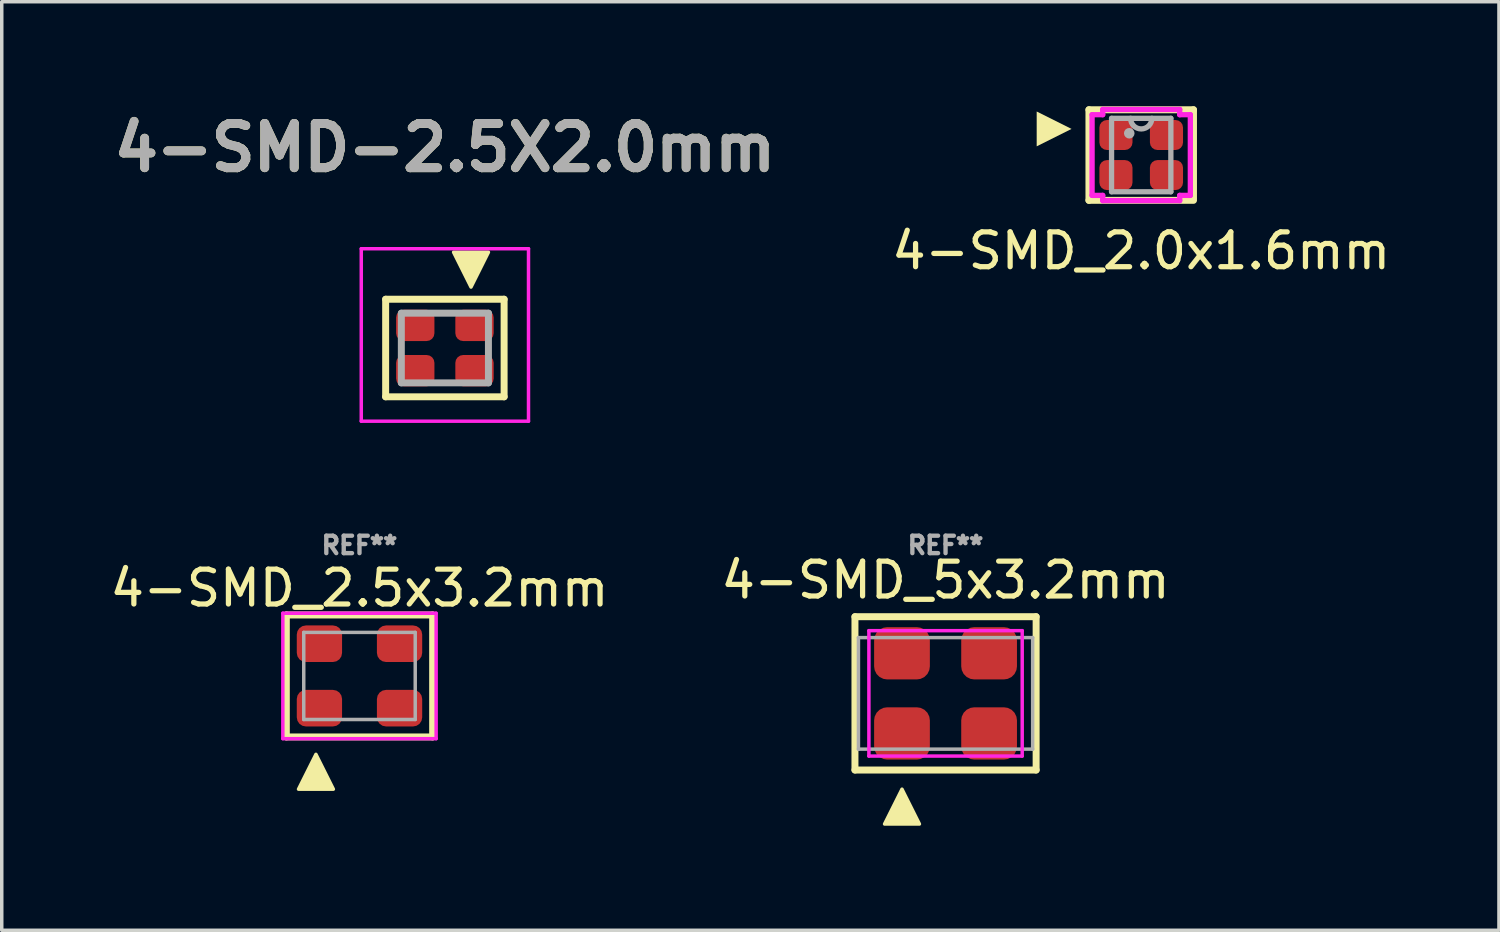
<source format=kicad_pcb>
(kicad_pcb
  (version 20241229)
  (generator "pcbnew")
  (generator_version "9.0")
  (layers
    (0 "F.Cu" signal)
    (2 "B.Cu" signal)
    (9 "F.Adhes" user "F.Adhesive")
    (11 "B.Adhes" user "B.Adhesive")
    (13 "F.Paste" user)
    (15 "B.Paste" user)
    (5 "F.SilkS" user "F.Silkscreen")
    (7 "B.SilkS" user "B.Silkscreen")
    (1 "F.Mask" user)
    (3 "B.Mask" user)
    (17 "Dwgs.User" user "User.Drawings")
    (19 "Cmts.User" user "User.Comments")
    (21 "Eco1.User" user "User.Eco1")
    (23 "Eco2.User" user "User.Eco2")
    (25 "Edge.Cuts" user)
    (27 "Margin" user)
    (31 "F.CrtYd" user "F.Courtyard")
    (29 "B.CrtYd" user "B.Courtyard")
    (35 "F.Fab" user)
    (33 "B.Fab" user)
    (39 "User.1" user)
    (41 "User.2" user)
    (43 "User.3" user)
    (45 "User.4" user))
  (footprint "4-SMD_2.5x3.2mm"
    (layer "F.Cu")
    (at 7.268 16.351)
    (property "Reference" "4-SMD_2.5x3.2mm" (at 0 -2.52 0) (layer "F.SilkS") (effects (font (size 1 1) (thickness 0.15))))
    (attr smd)
    (fp_line (start -2.1 -1.75) (end 2.1 -1.75) (stroke (width 0.2) (type solid)) (layer "F.SilkS"))
    (fp_line (start -2.1 1.75) (end -2.1 -1.75) (stroke (width 0.2) (type solid)) (layer "F.SilkS"))
    (fp_line (start 2.1 -1.75) (end 2.1 1.75) (stroke (width 0.2) (type solid)) (layer "F.SilkS"))
    (fp_line (start 2.1 1.75) (end -2.1 1.75) (stroke (width 0.2) (type solid)) (layer "F.SilkS"))
    (fp_poly (pts (xy -0.75 3.25) (xy -1.75 3.25) (xy -1.25 2.25)) (stroke (width 0.1) (type solid)) (fill yes) (layer "F.SilkS"))
    (fp_line (start -2.2 -1.8) (end 2.2 -1.8) (stroke (width 0.1) (type solid)) (layer "F.CrtYd"))
    (fp_line (start -2.2 1.8) (end -2.2 -1.8) (stroke (width 0.1) (type solid)) (layer "F.CrtYd"))
    (fp_line (start 2.2 -1.8) (end 2.2 1.8) (stroke (width 0.1) (type solid)) (layer "F.CrtYd"))
    (fp_line (start 2.2 1.8) (end -2.2 1.8) (stroke (width 0.1) (type solid)) (layer "F.CrtYd"))
    (fp_line (start -1.6 -1.25) (end -1.6 1.25) (stroke (width 0.1) (type solid)) (layer "F.Fab"))
    (fp_line (start -1.6 1.25) (end 1.6 1.25) (stroke (width 0.1) (type solid)) (layer "F.Fab"))
    (fp_line (start 1.6 -1.25) (end -1.6 -1.25) (stroke (width 0.1) (type solid)) (layer "F.Fab"))
    (fp_line (start 1.6 1.25) (end 1.6 -1.25) (stroke (width 0.1) (type solid)) (layer "F.Fab"))
    (fp_text user "REF**" (at 0 -3.75 0) (layer "F.Fab") (effects (font (size 0.5 0.5) (thickness 0.125))))
    (pad "1" smd roundrect (at -1.15 0.925) (size 1.3 1.05) (layers "F.Cu" "F.Mask" "F.Paste") (roundrect_rratio 0.25))
    (pad "2" smd roundrect (at 1.15 0.925) (size 1.3 1.05) (layers "F.Cu" "F.Mask" "F.Paste") (roundrect_rratio 0.25))
    (pad "3" smd roundrect (at 1.15 -0.925) (size 1.3 1.05) (layers "F.Cu" "F.Mask" "F.Paste") (roundrect_rratio 0.25))
    (pad "4" smd roundrect (at -1.15 -0.925) (size 1.3 1.05) (layers "F.Cu" "F.Mask" "F.Paste") (roundrect_rratio 0.25)))
  (footprint "4-SMD-2.5X2.0mm"
    (layer "F.Cu")
    (at 9.719 6.939)
    (property "Reference" "4-SMD-2.5X2.0mm" (at 0 -5.75 0) (layer "F.SilkS") (effects (font (size 1.27 1.27) (thickness 0.254))))
    (attr smd)
    (fp_line (start -1.7 -1.4) (end 1.7 -1.4) (stroke (width 0.2) (type solid)) (layer "F.SilkS"))
    (fp_line (start -1.7 1.4) (end -1.7 -1.4) (stroke (width 0.2) (type solid)) (layer "F.SilkS"))
    (fp_line (start -1.7 1.4) (end 1.7 1.4) (stroke (width 0.2) (type solid)) (layer "F.SilkS"))
    (fp_line (start 1.7 1.4) (end 1.7 -1.4) (stroke (width 0.2) (type solid)) (layer "F.SilkS"))
    (fp_poly (pts (xy 0.75 -1.75) (xy 0.25 -2.75) (xy 1.25 -2.75)) (stroke (width 0.1) (type solid)) (fill yes) (layer "F.SilkS"))
    (fp_line (start -2.4 -2.85) (end -2.4 2.1) (stroke (width 0.1) (type solid)) (layer "F.CrtYd"))
    (fp_line (start -2.4 2.1) (end 2.4 2.1) (stroke (width 0.1) (type solid)) (layer "F.CrtYd"))
    (fp_line (start 2.4 -2.85) (end -2.4 -2.85) (stroke (width 0.1) (type solid)) (layer "F.CrtYd"))
    (fp_line (start 2.4 2.1) (end 2.4 -2.85) (stroke (width 0.1) (type solid)) (layer "F.CrtYd"))
    (fp_line (start -1.25 -1) (end 1.25 -1) (stroke (width 0.2) (type solid)) (layer "F.Fab"))
    (fp_line (start -1.25 1) (end -1.25 -1) (stroke (width 0.2) (type solid)) (layer "F.Fab"))
    (fp_line (start 1.25 -1) (end 1.25 1) (stroke (width 0.2) (type solid)) (layer "F.Fab"))
    (fp_line (start 1.25 1) (end -1.25 1) (stroke (width 0.2) (type solid)) (layer "F.Fab"))
    (fp_text user "${REFERENCE}" (at 0 -5.75 0) (layer "F.Fab") (effects (font (size 1.27 1.27) (thickness 0.254))))
    (pad "1" smd roundrect (at 0.85 -0.65 90) (size 0.9 1.1) (layers "F.Cu" "F.Mask" "F.Paste") (roundrect_rratio 0.25))
    (pad "2" smd roundrect (at -0.85 -0.65 90) (size 0.9 1.1) (layers "F.Cu" "F.Mask" "F.Paste") (roundrect_rratio 0.25))
    (pad "3" smd roundrect (at -0.85 0.65 90) (size 0.9 1.1) (layers "F.Cu" "F.Mask" "F.Paste") (roundrect_rratio 0.25))
    (pad "4" smd roundrect (at 0.85 0.65 90) (size 0.9 1.1) (layers "F.Cu" "F.Mask" "F.Paste") (roundrect_rratio 0.25)))
  (footprint "4-SMD_5x3.2mm"
    (layer "F.Cu")
    (at 24.089 16.851)
    (property "Reference" "4-SMD_5x3.2mm" (at 0 -3.25 0) (layer "F.SilkS") (effects (font (size 1 1) (thickness 0.15))))
    (attr smd)
    (fp_line (start -2.6 -2.2) (end 2.6 -2.2) (stroke (width 0.2) (type solid)) (layer "F.SilkS"))
    (fp_line (start -2.6 2.2) (end -2.6 -2.2) (stroke (width 0.2) (type solid)) (layer "F.SilkS"))
    (fp_line (start 2.6 -2.2) (end 2.6 2.2) (stroke (width 0.2) (type solid)) (layer "F.SilkS"))
    (fp_line (start 2.6 2.2) (end -2.6 2.2) (stroke (width 0.2) (type solid)) (layer "F.SilkS"))
    (fp_poly (pts (xy -0.75 3.75) (xy -1.75 3.75) (xy -1.25 2.75)) (stroke (width 0.1) (type solid)) (fill yes) (layer "F.SilkS"))
    (fp_line (start -2.2 -1.8) (end 2.2 -1.8) (stroke (width 0.1) (type solid)) (layer "F.CrtYd"))
    (fp_line (start -2.2 1.8) (end -2.2 -1.8) (stroke (width 0.1) (type solid)) (layer "F.CrtYd"))
    (fp_line (start 2.2 -1.8) (end 2.2 1.8) (stroke (width 0.1) (type solid)) (layer "F.CrtYd"))
    (fp_line (start 2.2 1.8) (end -2.2 1.8) (stroke (width 0.1) (type solid)) (layer "F.CrtYd"))
    (fp_line (start -2.5 -1.6) (end -2.5 1.6) (stroke (width 0.1) (type solid)) (layer "F.Fab"))
    (fp_line (start -2.5 1.6) (end 2.5 1.6) (stroke (width 0.1) (type solid)) (layer "F.Fab"))
    (fp_line (start 2.5 -1.6) (end -2.5 -1.6) (stroke (width 0.1) (type solid)) (layer "F.Fab"))
    (fp_line (start 2.5 1.6) (end 2.5 -1.6) (stroke (width 0.1) (type solid)) (layer "F.Fab"))
    (fp_text user "REF**" (at 0 -4.25 0) (layer "F.Fab") (effects (font (size 0.5 0.5) (thickness 0.125))))
    (pad "1" smd roundrect (at -1.25 1.15) (size 1.6 1.5) (layers "F.Cu" "F.Mask" "F.Paste") (roundrect_rratio 0.25))
    (pad "2" smd roundrect (at 1.25 1.15) (size 1.6 1.5) (layers "F.Cu" "F.Mask" "F.Paste") (roundrect_rratio 0.25))
    (pad "3" smd roundrect (at 1.25 -1.15) (size 1.6 1.5) (layers "F.Cu" "F.Mask" "F.Paste") (roundrect_rratio 0.25))
    (pad "4" smd roundrect (at -1.25 -1.15) (size 1.6 1.5) (layers "F.Cu" "F.Mask" "F.Paste") (roundrect_rratio 0.25)))
  (footprint "4-SMD_2.0x1.6mm"
    (layer "F.Cu")
    (at 29.705 1.4)
    (property "Reference" "4-SMD_2.0x1.6mm" (at 0 2.75 0) (layer "F.SilkS") (effects (font (size 1 1) (thickness 0.15))))
    (attr through_hole)
    (fp_line (start -1.5 -1.3) (end 1.5 -1.3) (stroke (width 0.2) (type solid)) (layer "F.SilkS"))
    (fp_line (start -1.5 1.3) (end -1.5 -1.3) (stroke (width 0.2) (type solid)) (layer "F.SilkS"))
    (fp_line (start 1.5 -1.3) (end 1.5 1.25) (stroke (width 0.2) (type solid)) (layer "F.SilkS"))
    (fp_line (start 1.5 1.3) (end -1.5 1.3) (stroke (width 0.2) (type solid)) (layer "F.SilkS"))
    (fp_poly (pts (xy -2 -0.75) (xy -3 -0.25) (xy -3 -1.25)) (stroke (width 0) (type solid)) (fill yes) (layer "F.SilkS"))
    (fp_line (start -1.41 -1.158) (end -1.105 -1.158) (stroke (width 0.152) (type solid)) (layer "F.CrtYd"))
    (fp_line (start -1.41 1.158) (end -1.41 -1.158) (stroke (width 0.152) (type solid)) (layer "F.CrtYd"))
    (fp_line (start -1.105 -1.308) (end 1.105 -1.308) (stroke (width 0.152) (type solid)) (layer "F.CrtYd"))
    (fp_line (start -1.105 -1.158) (end -1.105 -1.308) (stroke (width 0.152) (type solid)) (layer "F.CrtYd"))
    (fp_line (start -1.105 1.158) (end -1.41 1.158) (stroke (width 0.152) (type solid)) (layer "F.CrtYd"))
    (fp_line (start -1.105 1.308) (end -1.105 1.158) (stroke (width 0.152) (type solid)) (layer "F.CrtYd"))
    (fp_line (start 1.105 -1.308) (end 1.105 -1.158) (stroke (width 0.152) (type solid)) (layer "F.CrtYd"))
    (fp_line (start 1.105 -1.158) (end 1.41 -1.158) (stroke (width 0.152) (type solid)) (layer "F.CrtYd"))
    (fp_line (start 1.105 1.158) (end 1.105 1.308) (stroke (width 0.152) (type solid)) (layer "F.CrtYd"))
    (fp_line (start 1.105 1.308) (end -1.105 1.308) (stroke (width 0.152) (type solid)) (layer "F.CrtYd"))
    (fp_line (start 1.41 -1.158) (end 1.41 1.158) (stroke (width 0.152) (type solid)) (layer "F.CrtYd"))
    (fp_line (start 1.41 1.158) (end 1.105 1.158) (stroke (width 0.152) (type solid)) (layer "F.CrtYd"))
    (fp_line (start -0.851 -1.054) (end -0.851 1.054) (stroke (width 0.152) (type solid)) (layer "F.Fab"))
    (fp_line (start -0.851 1.054) (end 0.851 1.054) (stroke (width 0.152) (type solid)) (layer "F.Fab"))
    (fp_line (start 0.851 -1.054) (end -0.851 -1.054) (stroke (width 0.152) (type solid)) (layer "F.Fab"))
    (fp_line (start 0.851 1.054) (end 0.851 -1.054) (stroke (width 0.152) (type solid)) (layer "F.Fab"))
    (fp_arc (start 0.3048 -1.0541) (mid 0 -0.7493) (end -0.3048 -1.0541) (stroke (width 0.1524) (type solid)) (layer "F.Fab"))
    (fp_circle (center -0.343 -0.625) (end -0.343 -0.625) (stroke (width 0.152) (type solid)) (fill no) (layer "F.Fab"))
    (pad "1" smd roundrect (at -0.725 -0.575) (size 0.95 0.86) (layers "F.Cu" "F.Mask" "F.Paste") (roundrect_rratio 0.25))
    (pad "2" smd roundrect (at -0.725 0.575) (size 0.95 0.86) (layers "F.Cu" "F.Mask" "F.Paste") (roundrect_rratio 0.25))
    (pad "3" smd roundrect (at 0.725 0.575) (size 0.95 0.86) (layers "F.Cu" "F.Mask" "F.Paste") (roundrect_rratio 0.25))
    (pad "4" smd roundrect (at 0.725 -0.575) (size 0.95 0.86) (layers "F.Cu" "F.Mask" "F.Paste") (roundrect_rratio 0.25)))
  (gr_rect
    (start -3 -3)
    (end 39.973 23.651)
    (stroke (width 0.1) (type default))
    (fill no)
    (layer "Edge.Cuts")))
</source>
